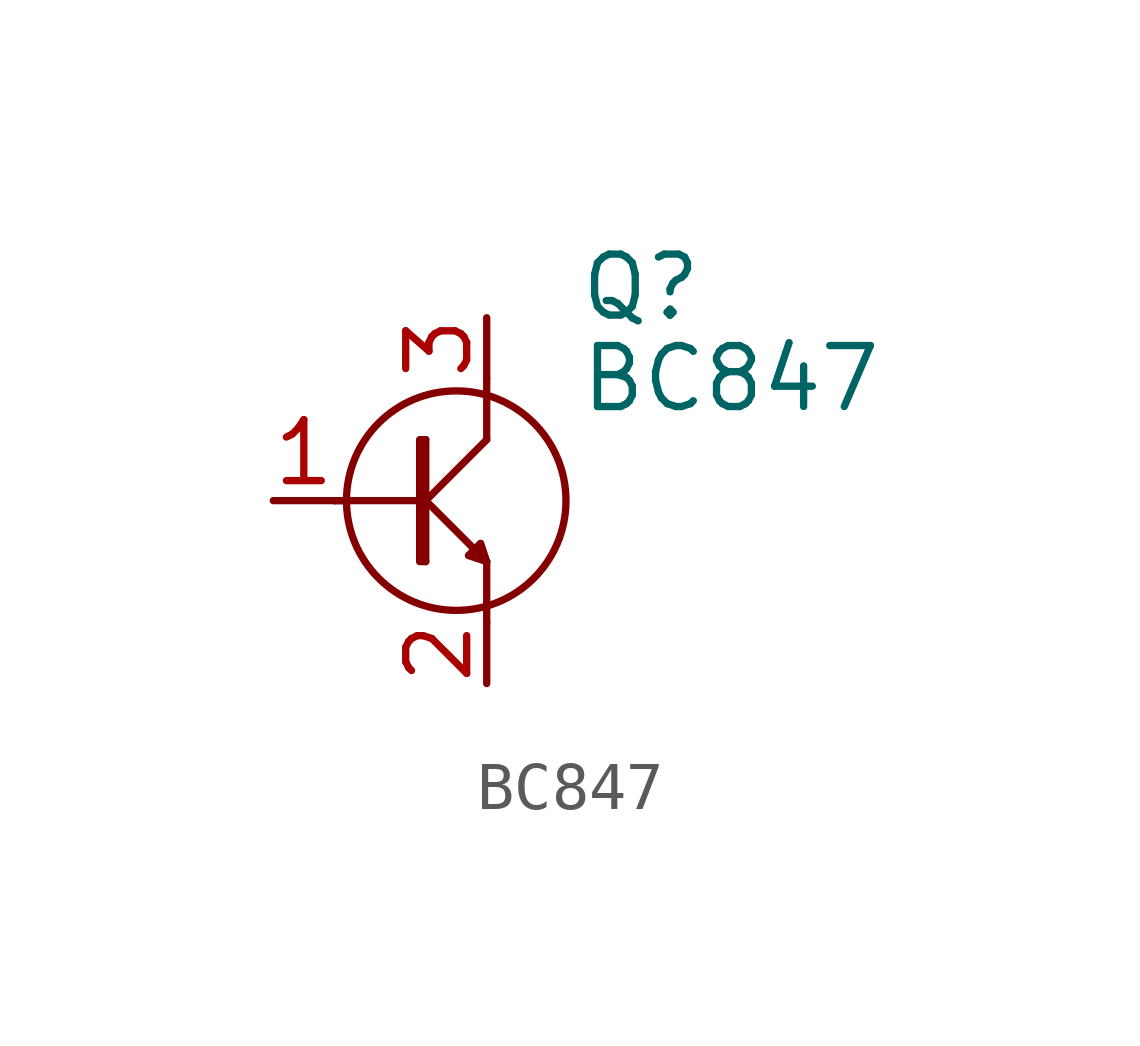
<source format=kicad_sym>
(kicad_symbol_lib
  (version 20211014)
  (generator kicad_symbol_editor)
  (symbol "BC847"
    (pin_names
      (offset 1.016))
    (property "Reference" "Q"
      (at 2.54 4.445 0)
      (effects (font (size 1.27 1.27)) (justify left)))
    (property "Value" "BC847"
      (at 2.54 2.54 0)
      (effects (font (size 1.27 1.27)) (justify left)))
    (symbol "BC847_0_1"
      (polyline (pts (xy -2.54 0) (xy -0.635 0)) (stroke (width 0) (type default) (color 0 0 0 0)) (fill (type none)))
      (polyline (pts (xy -0.635 0) (xy 0.635 -1.27)) (stroke (width 0) (type default) (color 0 0 0 0)) (fill (type none)))
      (polyline (pts (xy -0.635 0) (xy 0.635 1.27)) (stroke (width 0) (type default) (color 0 0 0 0)) (fill (type none)))
      (polyline (pts (xy -0.635 1.27) (xy -0.635 -1.27)) (stroke (width 0) (type default) (color 0 0 0 0)) (fill (type none)))
      (polyline (pts (xy 0.635 -1.27) (xy 0.635 -2.54)) (stroke (width 0) (type default) (color 0 0 0 0)) (fill (type none)))
      (polyline (pts (xy 0.635 1.27) (xy 0.635 2.54)) (stroke (width 0) (type default) (color 0 0 0 0)) (fill (type none)))
      (polyline (pts (xy -0.635 1.27) (xy -0.762 1.27) (xy -0.762 -1.27) (xy -0.635 -1.27)) (stroke (width 0) (type default) (color 0 0 0 0)) (fill (type none)))
      (polyline (pts (xy 0.635 -1.27) (xy 0.508 -0.889) (xy 0.254 -1.143) (xy 0.635 -1.27)) (stroke (width 0) (type default) (color 0 0 0 0)) (fill (type none)))
      (circle (center 0 0) (radius 2.286) (stroke (width 0) (type default) (color 0 0 0 0)) (fill (type none))))
    (symbol "BC847_1_1"
      (polyline (pts (xy -2.286 0) (xy -2.54 0)) (stroke (width 0) (type default) (color 0 0 0 0)) (fill (type none)))
      (pin passive line (at -3.81 0 0) (length 1.27) (name "~" (effects (font (size 1.27 1.27)))) (number "1" (effects (font (size 1.27 1.27)))))
      (pin passive line (at 0.635 -3.81 90) (length 1.27) (name "~" (effects (font (size 1.27 1.27)))) (number "2" (effects (font (size 1.27 1.27)))))
      (pin passive line (at 0.635 3.81 270) (length 1.27) (name "~" (effects (font (size 1.27 1.27)))) (number "3" (effects (font (size 1.27 1.27))))))))
</source>
